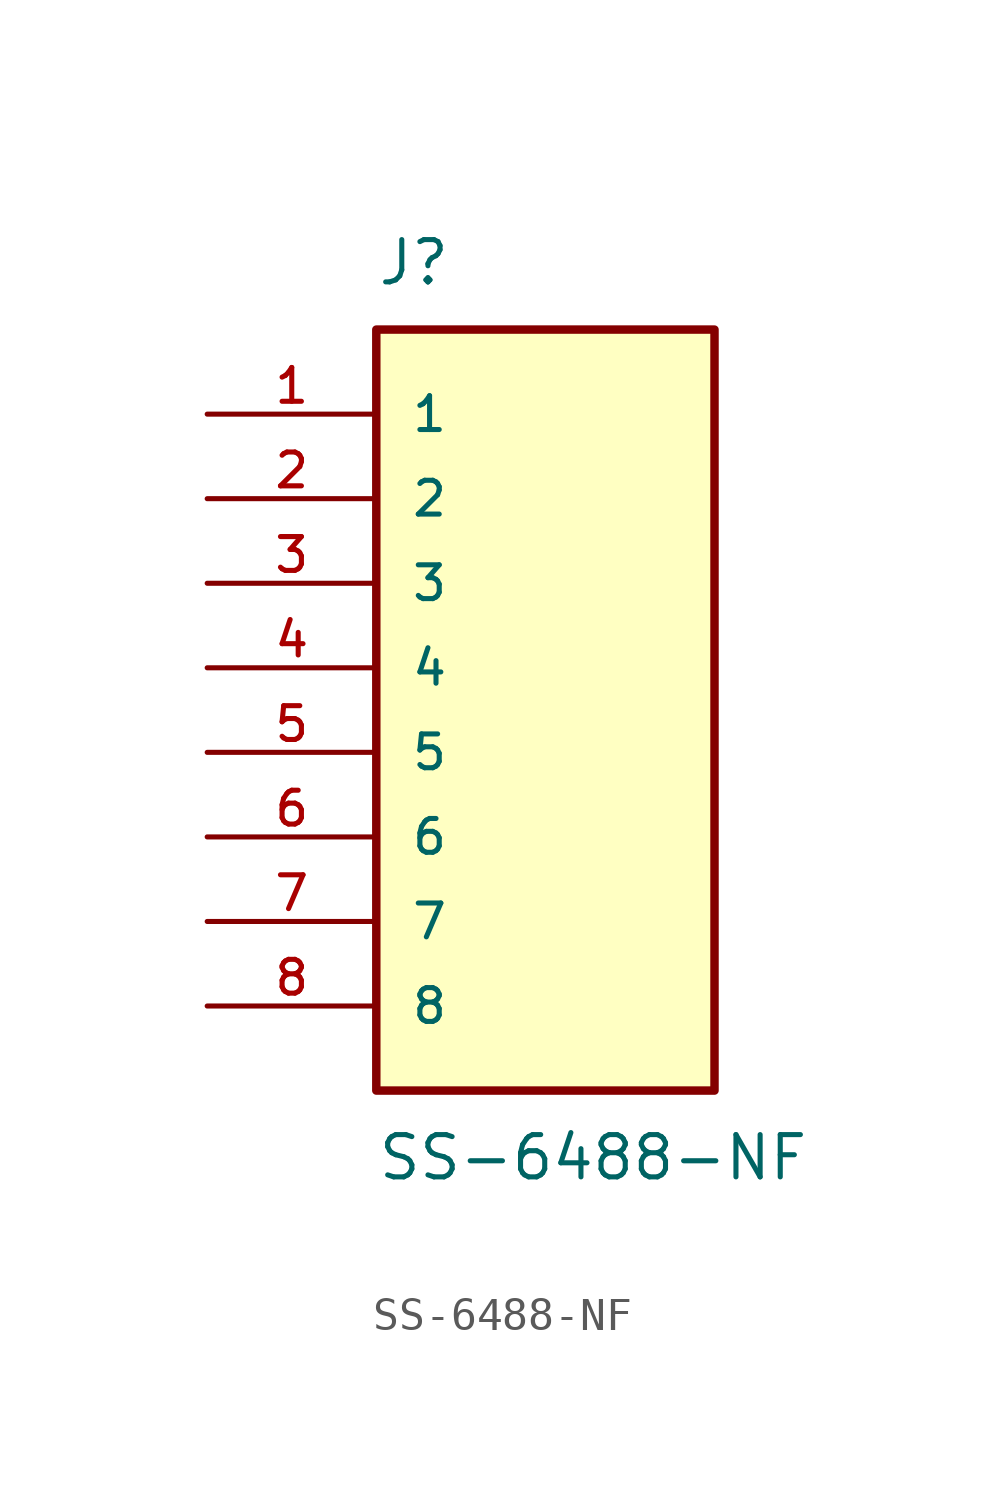
<source format=kicad_sym>
(kicad_symbol_lib
  (version 20211014)
  (generator kicad_symbol_editor)
  (symbol "SS-6488-NF"
    (pin_names
      (offset 1.016))
    (property "Reference" "J"
      (at -5.08 11.43 0)
      (effects (font (size 1.27 1.27)) (justify bottom left)))
    (property "Value" "SS-6488-NF"
      (at -5.08 -13.97 0)
      (effects (font (size 1.27 1.27)) (justify top left)))
    (symbol "SS-6488-NF_0_0"
      (rectangle (start -5.08 -12.7) (end 5.08 10.16) (stroke (width 0.254)) (fill (type background)))
      (pin passive line (at -10.16 2.54 0) (length 5.08) (name "3" (effects (font (size 1.016 1.016)))) (number "3" (effects (font (size 1.016 1.016)))))
      (pin passive line (at -10.16 5.08 0) (length 5.08) (name "2" (effects (font (size 1.016 1.016)))) (number "2" (effects (font (size 1.016 1.016)))))
      (pin passive line (at -10.16 -2.54 0) (length 5.08) (name "5" (effects (font (size 1.016 1.016)))) (number "5" (effects (font (size 1.016 1.016)))))
      (pin passive line (at -10.16 0.0 0) (length 5.08) (name "4" (effects (font (size 1.016 1.016)))) (number "4" (effects (font (size 1.016 1.016)))))
      (pin passive line (at -10.16 -10.16 0) (length 5.08) (name "8" (effects (font (size 1.016 1.016)))) (number "8" (effects (font (size 1.016 1.016)))))
      (pin passive line (at -10.16 7.62 0) (length 5.08) (name "1" (effects (font (size 1.016 1.016)))) (number "1" (effects (font (size 1.016 1.016)))))
      (pin passive line (at -10.16 -5.08 0) (length 5.08) (name "6" (effects (font (size 1.016 1.016)))) (number "6" (effects (font (size 1.016 1.016)))))
      (pin passive line (at -10.16 -7.62 0) (length 5.08) (name "7" (effects (font (size 1.016 1.016)))) (number "7" (effects (font (size 1.016 1.016))))))))
</source>
